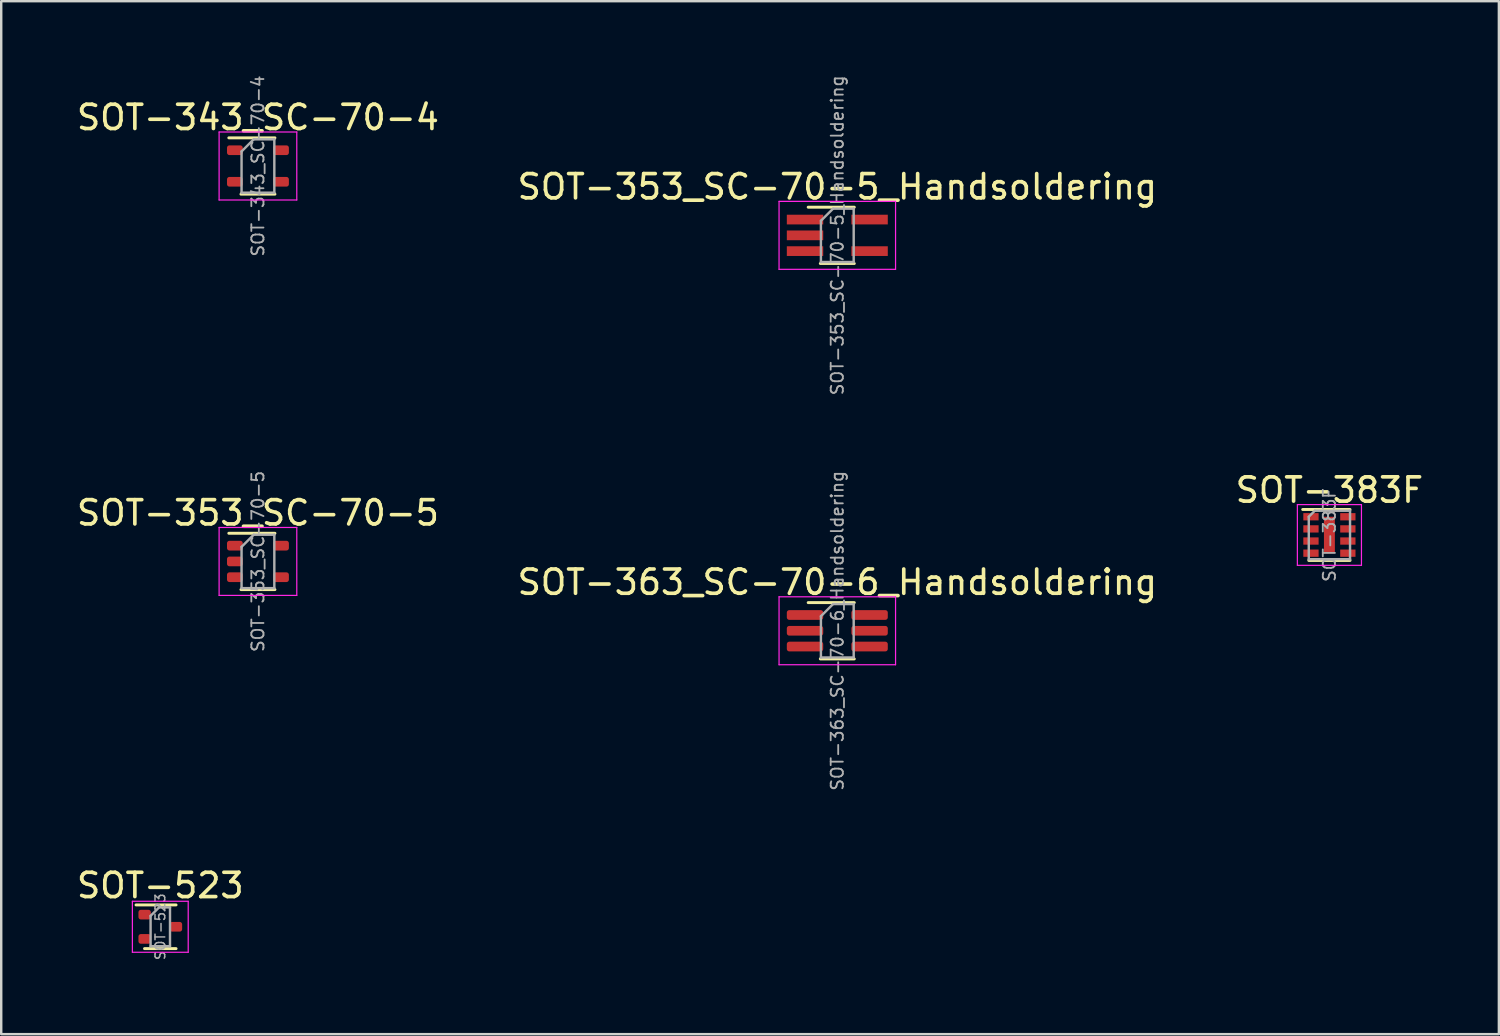
<source format=kicad_pcb>
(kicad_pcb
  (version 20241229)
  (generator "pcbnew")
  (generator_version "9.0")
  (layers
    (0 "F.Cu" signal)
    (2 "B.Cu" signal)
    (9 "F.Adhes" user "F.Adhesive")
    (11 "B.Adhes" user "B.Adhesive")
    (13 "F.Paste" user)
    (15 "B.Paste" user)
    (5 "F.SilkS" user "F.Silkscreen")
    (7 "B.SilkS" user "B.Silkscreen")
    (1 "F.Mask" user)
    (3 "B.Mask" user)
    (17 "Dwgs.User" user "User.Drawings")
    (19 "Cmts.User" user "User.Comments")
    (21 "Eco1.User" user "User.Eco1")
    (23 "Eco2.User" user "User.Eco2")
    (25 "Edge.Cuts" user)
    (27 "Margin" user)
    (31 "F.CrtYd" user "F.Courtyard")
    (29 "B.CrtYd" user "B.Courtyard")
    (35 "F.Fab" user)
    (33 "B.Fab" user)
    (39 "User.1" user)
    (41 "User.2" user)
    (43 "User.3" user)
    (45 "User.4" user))
  (footprint "SOT-343_SC-70-4"
    (layer "F.Cu")
    (at 7.577 3.789)
    (property "Reference" "SOT-343_SC-70-4" (at 0 -2 0) (layer "F.SilkS") (effects (font (size 1 1) (thickness 0.15))))
    (attr smd)
    (fp_line (start -0.7 1.16) (end 0.7 1.16) (stroke (width 0.12) (type solid)) (layer "F.SilkS"))
    (fp_line (start 0.7 -1.16) (end -1.2 -1.16) (stroke (width 0.12) (type solid)) (layer "F.SilkS"))
    (fp_line (start -1.6 -1.4) (end -1.6 1.4) (stroke (width 0.05) (type solid)) (layer "F.CrtYd"))
    (fp_line (start -1.6 -1.4) (end 1.6 -1.4) (stroke (width 0.05) (type solid)) (layer "F.CrtYd"))
    (fp_line (start -1.6 1.4) (end 1.6 1.4) (stroke (width 0.05) (type solid)) (layer "F.CrtYd"))
    (fp_line (start 1.6 1.4) (end 1.6 -1.4) (stroke (width 0.05) (type solid)) (layer "F.CrtYd"))
    (fp_line (start -0.675 -0.6) (end -0.675 1.1) (stroke (width 0.1) (type solid)) (layer "F.Fab"))
    (fp_line (start -0.175 -1.1) (end -0.675 -0.6) (stroke (width 0.1) (type solid)) (layer "F.Fab"))
    (fp_line (start 0.675 -1.1) (end -0.175 -1.1) (stroke (width 0.1) (type solid)) (layer "F.Fab"))
    (fp_line (start 0.675 -1.1) (end 0.675 1.1) (stroke (width 0.1) (type solid)) (layer "F.Fab"))
    (fp_line (start 0.675 1.1) (end -0.675 1.1) (stroke (width 0.1) (type solid)) (layer "F.Fab"))
    (fp_text user "${REFERENCE}" (at 0 0 90) (layer "F.Fab") (effects (font (size 0.5 0.5) (thickness 0.075))))
    (pad "1" smd roundrect (at -0.95 -0.65) (size 0.65 0.4) (layers "F.Cu" "F.Mask" "F.Paste") (roundrect_rratio 0.25))
    (pad "2" smd roundrect (at -0.95 0.65) (size 0.65 0.4) (layers "F.Cu" "F.Mask" "F.Paste") (roundrect_rratio 0.25))
    (pad "3" smd roundrect (at 0.95 0.65) (size 0.65 0.4) (layers "F.Cu" "F.Mask" "F.Paste") (roundrect_rratio 0.25))
    (pad "4" smd roundrect (at 0.95 -0.65) (size 0.65 0.4) (layers "F.Cu" "F.Mask" "F.Paste") (roundrect_rratio 0.25)))
  (footprint "SOT-363_SC-70-6_Handsoldering"
    (layer "F.Cu")
    (at 31.446 22.937)
    (property "Reference" "SOT-363_SC-70-6_Handsoldering" (at 0 -2 0) (layer "F.SilkS") (effects (font (size 1 1) (thickness 0.15))))
    (attr smd)
    (fp_line (start -0.7 1.16) (end 0.7 1.16) (stroke (width 0.12) (type solid)) (layer "F.SilkS"))
    (fp_line (start 0.7 -1.16) (end -1.2 -1.16) (stroke (width 0.12) (type solid)) (layer "F.SilkS"))
    (fp_line (start -2.4 -1.4) (end -2.4 1.4) (stroke (width 0.05) (type solid)) (layer "F.CrtYd"))
    (fp_line (start -2.4 -1.4) (end 2.4 -1.4) (stroke (width 0.05) (type solid)) (layer "F.CrtYd"))
    (fp_line (start -2.4 1.4) (end 2.4 1.4) (stroke (width 0.05) (type solid)) (layer "F.CrtYd"))
    (fp_line (start 2.4 1.4) (end 2.4 -1.4) (stroke (width 0.05) (type solid)) (layer "F.CrtYd"))
    (fp_line (start -0.675 -0.6) (end -0.675 1.1) (stroke (width 0.1) (type solid)) (layer "F.Fab"))
    (fp_line (start -0.175 -1.1) (end -0.675 -0.6) (stroke (width 0.1) (type solid)) (layer "F.Fab"))
    (fp_line (start 0.675 -1.1) (end -0.175 -1.1) (stroke (width 0.1) (type solid)) (layer "F.Fab"))
    (fp_line (start 0.675 -1.1) (end 0.675 1.1) (stroke (width 0.1) (type solid)) (layer "F.Fab"))
    (fp_line (start 0.675 1.1) (end -0.675 1.1) (stroke (width 0.1) (type solid)) (layer "F.Fab"))
    (fp_text user "${REFERENCE}" (at 0 0 90) (layer "F.Fab") (effects (font (size 0.5 0.5) (thickness 0.075))))
    (pad "1" smd roundrect (at -1.33 -0.65) (size 1.5 0.4) (layers "F.Cu" "F.Mask" "F.Paste") (roundrect_rratio 0.25))
    (pad "2" smd roundrect (at -1.33 0) (size 1.5 0.4) (layers "F.Cu" "F.Mask" "F.Paste") (roundrect_rratio 0.25))
    (pad "3" smd roundrect (at -1.33 0.65) (size 1.5 0.4) (layers "F.Cu" "F.Mask" "F.Paste") (roundrect_rratio 0.25))
    (pad "4" smd roundrect (at 1.33 0.65) (size 1.5 0.4) (layers "F.Cu" "F.Mask" "F.Paste") (roundrect_rratio 0.25))
    (pad "5" smd roundrect (at 1.33 0) (size 1.5 0.4) (layers "F.Cu" "F.Mask" "F.Paste") (roundrect_rratio 0.25))
    (pad "6" smd roundrect (at 1.33 -0.65) (size 1.5 0.4) (layers "F.Cu" "F.Mask" "F.Paste") (roundrect_rratio 0.25)))
  (footprint "SOT-523"
    (layer "F.Cu")
    (at 3.554 35.132)
    (property "Reference" "SOT-523" (at 0 -1.7 0) (layer "F.SilkS") (effects (font (size 1 1) (thickness 0.15))))
    (attr smd)
    (fp_line (start -1 -0.9) (end 0.65 -0.9) (stroke (width 0.12) (type solid)) (layer "F.SilkS"))
    (fp_line (start 0.65 0.9) (end -0.65 0.9) (stroke (width 0.12) (type solid)) (layer "F.SilkS"))
    (fp_line (start -1.15 -1.05) (end -1.15 1.05) (stroke (width 0.05) (type solid)) (layer "F.CrtYd"))
    (fp_line (start -1.15 -1.05) (end 1.15 -1.05) (stroke (width 0.05) (type solid)) (layer "F.CrtYd"))
    (fp_line (start 1.15 1.05) (end -1.15 1.05) (stroke (width 0.05) (type solid)) (layer "F.CrtYd"))
    (fp_line (start 1.15 1.05) (end 1.15 -1.05) (stroke (width 0.05) (type solid)) (layer "F.CrtYd"))
    (fp_line (start -0.4 -0.45) (end -0.4 0.8) (stroke (width 0.1) (type solid)) (layer "F.Fab"))
    (fp_line (start -0.4 -0.45) (end -0.05 -0.8) (stroke (width 0.1) (type solid)) (layer "F.Fab"))
    (fp_line (start -0.4 0.8) (end 0.4 0.8) (stroke (width 0.1) (type solid)) (layer "F.Fab"))
    (fp_line (start 0.4 -0.8) (end -0.05 -0.8) (stroke (width 0.1) (type solid)) (layer "F.Fab"))
    (fp_line (start 0.4 0.8) (end 0.4 -0.8) (stroke (width 0.1) (type solid)) (layer "F.Fab"))
    (fp_text user "${REFERENCE}" (at 0 0 270) (layer "F.Fab") (effects (font (size 0.4 0.4) (thickness 0.062))))
    (pad "1" smd roundrect (at -0.645 -0.5 180) (size 0.51 0.4) (layers "F.Cu" "F.Mask" "F.Paste") (roundrect_rratio 0.25))
    (pad "2" smd roundrect (at -0.645 0.5 180) (size 0.51 0.4) (layers "F.Cu" "F.Mask" "F.Paste") (roundrect_rratio 0.25))
    (pad "3" smd roundrect (at 0.645 0 180) (size 0.51 0.4) (layers "F.Cu" "F.Mask" "F.Paste") (roundrect_rratio 0.25)))
  (footprint "SOT-383F"
    (layer "F.Cu")
    (at 51.72 18.99)
    (property "Reference" "SOT-383F" (at 0 -1.85 0) (layer "F.SilkS") (effects (font (size 1 1) (thickness 0.15))))
    (attr smd)
    (fp_line (start -0.85 1.05) (end 0.85 1.05) (stroke (width 0.12) (type solid)) (layer "F.SilkS"))
    (fp_line (start 0.85 -1.05) (end -1.1 -1.05) (stroke (width 0.12) (type solid)) (layer "F.SilkS"))
    (fp_line (start -1.32 -1.25) (end -1.32 1.25) (stroke (width 0.05) (type solid)) (layer "F.CrtYd"))
    (fp_line (start -1.32 -1.25) (end 1.32 -1.25) (stroke (width 0.05) (type solid)) (layer "F.CrtYd"))
    (fp_line (start 1.32 1.25) (end -1.32 1.25) (stroke (width 0.05) (type solid)) (layer "F.CrtYd"))
    (fp_line (start 1.32 1.25) (end 1.32 -1.25) (stroke (width 0.05) (type solid)) (layer "F.CrtYd"))
    (fp_line (start -0.85 -0.75) (end -0.85 1) (stroke (width 0.1) (type solid)) (layer "F.Fab"))
    (fp_line (start -0.85 -0.75) (end -0.6 -1) (stroke (width 0.1) (type solid)) (layer "F.Fab"))
    (fp_line (start -0.85 1) (end 0.85 1) (stroke (width 0.1) (type solid)) (layer "F.Fab"))
    (fp_line (start -0.6 -1) (end 0.85 -1) (stroke (width 0.1) (type solid)) (layer "F.Fab"))
    (fp_line (start 0.85 1) (end 0.85 -1) (stroke (width 0.1) (type solid)) (layer "F.Fab"))
    (fp_text user "${REFERENCE}" (at 0 0 90) (layer "F.Fab") (effects (font (size 0.5 0.5) (thickness 0.075))))
    (pad "1" smd rect (at -0.76 -0.75) (size 0.63 0.3) (layers "F.Cu" "F.Mask" "F.Paste"))
    (pad "2" smd rect (at -0.76 -0.25) (size 0.63 0.3) (layers "F.Cu" "F.Mask" "F.Paste"))
    (pad "3" smd rect (at -0.76 0.25) (size 0.63 0.3) (layers "F.Cu" "F.Mask" "F.Paste"))
    (pad "4" smd rect (at -0.76 0.75) (size 0.63 0.3) (layers "F.Cu" "F.Mask" "F.Paste"))
    (pad "5" smd rect (at 0.76 0.75) (size 0.63 0.3) (layers "F.Cu" "F.Mask" "F.Paste"))
    (pad "6" smd rect (at 0.76 0.25) (size 0.63 0.3) (layers "F.Cu" "F.Mask" "F.Paste"))
    (pad "7" smd rect (at 0.76 -0.25) (size 0.63 0.3) (layers "F.Cu" "F.Mask" "F.Paste"))
    (pad "8" smd rect (at 0.76 -0.75) (size 0.63 0.3) (layers "F.Cu" "F.Mask" "F.Paste"))
    (pad "9" smd rect (at 0 0) (size 0.45 1.5) (layers "F.Cu" "F.Mask" "F.Paste")))
  (footprint "SOT-353_SC-70-5"
    (layer "F.Cu")
    (at 7.577 20.08)
    (property "Reference" "SOT-353_SC-70-5" (at 0 -2 0) (layer "F.SilkS") (effects (font (size 1 1) (thickness 0.15))))
    (attr smd)
    (fp_line (start -0.7 1.16) (end 0.7 1.16) (stroke (width 0.12) (type solid)) (layer "F.SilkS"))
    (fp_line (start 0.7 -1.16) (end -1.2 -1.16) (stroke (width 0.12) (type solid)) (layer "F.SilkS"))
    (fp_line (start -1.6 -1.4) (end -1.6 1.4) (stroke (width 0.05) (type solid)) (layer "F.CrtYd"))
    (fp_line (start -1.6 -1.4) (end 1.6 -1.4) (stroke (width 0.05) (type solid)) (layer "F.CrtYd"))
    (fp_line (start -1.6 1.4) (end 1.6 1.4) (stroke (width 0.05) (type solid)) (layer "F.CrtYd"))
    (fp_line (start 1.6 1.4) (end 1.6 -1.4) (stroke (width 0.05) (type solid)) (layer "F.CrtYd"))
    (fp_line (start -0.675 -0.6) (end -0.675 1.1) (stroke (width 0.1) (type solid)) (layer "F.Fab"))
    (fp_line (start -0.175 -1.1) (end -0.675 -0.6) (stroke (width 0.1) (type solid)) (layer "F.Fab"))
    (fp_line (start 0.675 -1.1) (end -0.175 -1.1) (stroke (width 0.1) (type solid)) (layer "F.Fab"))
    (fp_line (start 0.675 -1.1) (end 0.675 1.1) (stroke (width 0.1) (type solid)) (layer "F.Fab"))
    (fp_line (start 0.675 1.1) (end -0.675 1.1) (stroke (width 0.1) (type solid)) (layer "F.Fab"))
    (fp_text user "${REFERENCE}" (at 0 0 90) (layer "F.Fab") (effects (font (size 0.5 0.5) (thickness 0.075))))
    (pad "1" smd roundrect (at -0.95 -0.65) (size 0.65 0.4) (layers "F.Cu" "F.Mask" "F.Paste") (roundrect_rratio 0.25))
    (pad "2" smd roundrect (at -0.95 0) (size 0.65 0.4) (layers "F.Cu" "F.Mask" "F.Paste") (roundrect_rratio 0.25))
    (pad "3" smd roundrect (at -0.95 0.65) (size 0.65 0.4) (layers "F.Cu" "F.Mask" "F.Paste") (roundrect_rratio 0.25))
    (pad "4" smd roundrect (at 0.95 0.65) (size 0.65 0.4) (layers "F.Cu" "F.Mask" "F.Paste") (roundrect_rratio 0.25))
    (pad "5" smd roundrect (at 0.95 -0.65) (size 0.65 0.4) (layers "F.Cu" "F.Mask" "F.Paste") (roundrect_rratio 0.25)))
  (footprint "SOT-353_SC-70-5_Handsoldering"
    (layer "F.Cu")
    (at 31.446 6.646)
    (property "Reference" "SOT-353_SC-70-5_Handsoldering" (at 0 -2 0) (layer "F.SilkS") (effects (font (size 1 1) (thickness 0.15))))
    (attr smd)
    (fp_line (start -0.7 1.16) (end 0.7 1.16) (stroke (width 0.12) (type solid)) (layer "F.SilkS"))
    (fp_line (start 0.7 -1.16) (end -1.2 -1.16) (stroke (width 0.12) (type solid)) (layer "F.SilkS"))
    (fp_line (start -2.4 -1.4) (end -2.4 1.4) (stroke (width 0.05) (type solid)) (layer "F.CrtYd"))
    (fp_line (start -2.4 -1.4) (end 2.4 -1.4) (stroke (width 0.05) (type solid)) (layer "F.CrtYd"))
    (fp_line (start -2.4 1.4) (end 2.4 1.4) (stroke (width 0.05) (type solid)) (layer "F.CrtYd"))
    (fp_line (start 2.4 1.4) (end 2.4 -1.4) (stroke (width 0.05) (type solid)) (layer "F.CrtYd"))
    (fp_line (start -0.675 -0.6) (end -0.675 1.1) (stroke (width 0.1) (type solid)) (layer "F.Fab"))
    (fp_line (start -0.175 -1.1) (end -0.675 -0.6) (stroke (width 0.1) (type solid)) (layer "F.Fab"))
    (fp_line (start 0.675 -1.1) (end -0.175 -1.1) (stroke (width 0.1) (type solid)) (layer "F.Fab"))
    (fp_line (start 0.675 -1.1) (end 0.675 1.1) (stroke (width 0.1) (type solid)) (layer "F.Fab"))
    (fp_line (start 0.675 1.1) (end -0.675 1.1) (stroke (width 0.1) (type solid)) (layer "F.Fab"))
    (fp_text user "${REFERENCE}" (at 0 0 90) (layer "F.Fab") (effects (font (size 0.5 0.5) (thickness 0.075))))
    (pad "1" smd rect (at -1.33 -0.65) (size 1.5 0.4) (layers "F.Cu" "F.Mask" "F.Paste"))
    (pad "2" smd rect (at -1.33 0) (size 1.5 0.4) (layers "F.Cu" "F.Mask" "F.Paste"))
    (pad "3" smd rect (at -1.33 0.65) (size 1.5 0.4) (layers "F.Cu" "F.Mask" "F.Paste"))
    (pad "4" smd rect (at 1.33 0.65) (size 1.5 0.4) (layers "F.Cu" "F.Mask" "F.Paste"))
    (pad "5" smd rect (at 1.33 -0.65) (size 1.5 0.4) (layers "F.Cu" "F.Mask" "F.Paste")))
  (gr_rect
    (start -3 -3)
    (end 58.702 39.557)
    (stroke (width 0.1) (type default))
    (fill no)
    (layer "Edge.Cuts")))
</source>
